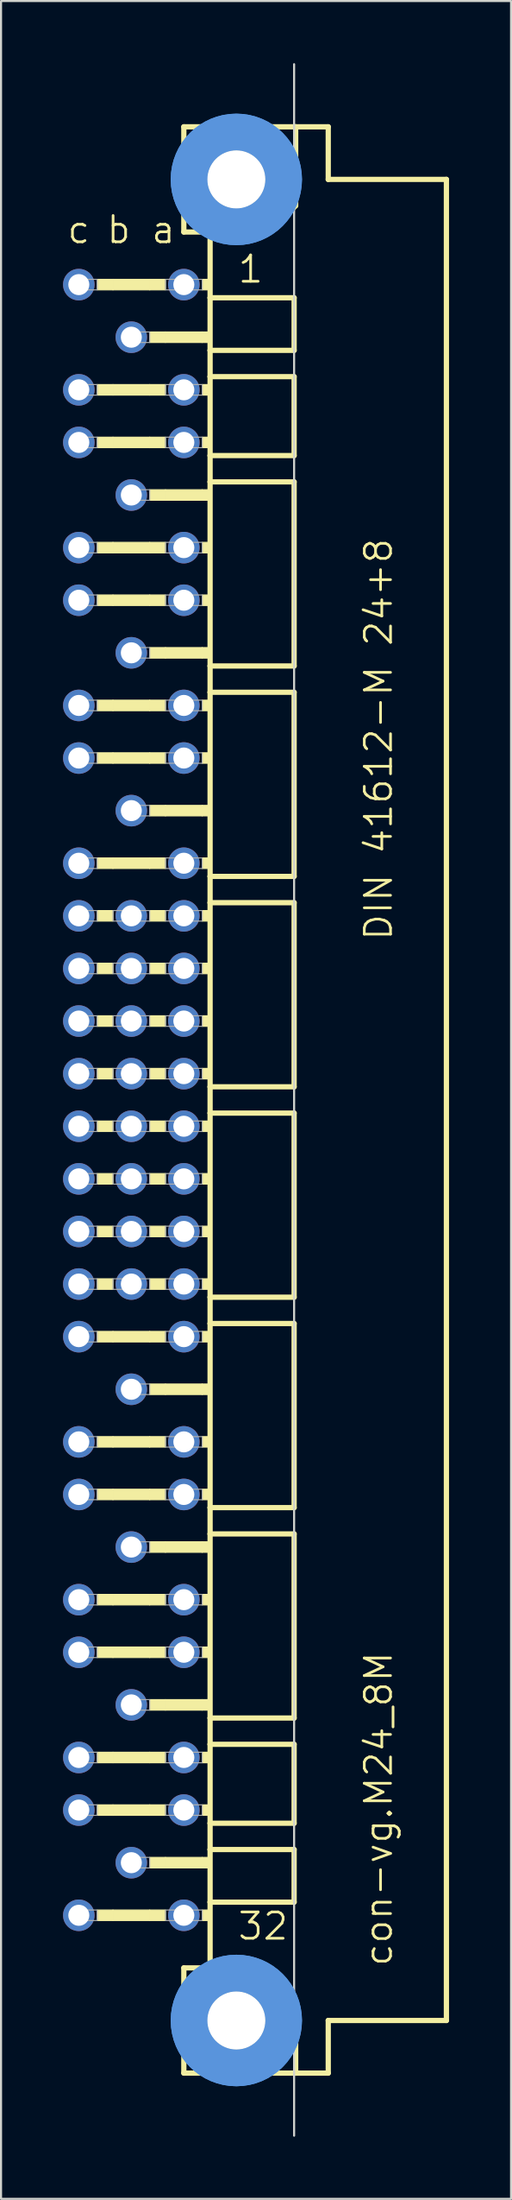
<source format=kicad_pcb>
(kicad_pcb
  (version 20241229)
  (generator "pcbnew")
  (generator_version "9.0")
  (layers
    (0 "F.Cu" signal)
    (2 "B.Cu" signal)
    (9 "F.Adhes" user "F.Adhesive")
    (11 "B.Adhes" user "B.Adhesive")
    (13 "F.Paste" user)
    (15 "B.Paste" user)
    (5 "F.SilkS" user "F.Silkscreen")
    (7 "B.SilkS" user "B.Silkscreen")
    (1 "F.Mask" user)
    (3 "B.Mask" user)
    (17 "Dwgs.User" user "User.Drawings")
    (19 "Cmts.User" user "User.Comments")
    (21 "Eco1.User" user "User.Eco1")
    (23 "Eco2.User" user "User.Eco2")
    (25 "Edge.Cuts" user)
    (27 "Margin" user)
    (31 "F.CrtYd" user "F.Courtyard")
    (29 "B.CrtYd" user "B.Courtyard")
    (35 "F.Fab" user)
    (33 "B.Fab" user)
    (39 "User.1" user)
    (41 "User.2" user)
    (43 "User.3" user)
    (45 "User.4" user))
  (footprint "con-vg.M24_8M"
    (layer "F.Cu")
    (at 8.382 50.063)
    (property "Reference" "con-vg.M24_8M" (at 7.62 41.91 90) (layer "F.SilkS") (effects (font (size 1.27 1.27) (thickness 0.13)) (justify left bottom)))
    (attr through_hole)
    (fp_line (start -2.54 -46.99) (end -2.54 -41.91) (stroke (width 0.254) (type default)) (layer "F.SilkS"))
    (fp_line (start -2.54 -41.91) (end -1.27 -41.91) (stroke (width 0.254) (type default)) (layer "F.SilkS"))
    (fp_line (start -2.54 41.91) (end -2.54 46.99) (stroke (width 0.254) (type default)) (layer "F.SilkS"))
    (fp_line (start -2.54 41.91) (end -1.27 41.91) (stroke (width 0.254) (type default)) (layer "F.SilkS"))
    (fp_line (start -2.54 46.99) (end 2.87 46.99) (stroke (width 0.254) (type default)) (layer "F.SilkS"))
    (fp_line (start -1.27 -41.91) (end -1.27 -38.735) (stroke (width 0.254) (type default)) (layer "F.SilkS"))
    (fp_line (start -1.27 -41.91) (end 1.6 -41.91) (stroke (width 0.254) (type default)) (layer "F.SilkS"))
    (fp_line (start -1.27 -38.735) (end -1.27 -36.195) (stroke (width 0.254) (type default)) (layer "F.SilkS"))
    (fp_line (start -1.27 -36.195) (end -1.27 -34.925) (stroke (width 0.254) (type default)) (layer "F.SilkS"))
    (fp_line (start -1.27 -34.925) (end -1.27 -31.115) (stroke (width 0.254) (type default)) (layer "F.SilkS"))
    (fp_line (start -1.27 -31.115) (end -1.27 -29.845) (stroke (width 0.254) (type default)) (layer "F.SilkS"))
    (fp_line (start -1.27 -29.845) (end -1.27 -20.955) (stroke (width 0.254) (type default)) (layer "F.SilkS"))
    (fp_line (start -1.27 -20.955) (end -1.27 -19.685) (stroke (width 0.254) (type default)) (layer "F.SilkS"))
    (fp_line (start -1.27 -19.685) (end -1.27 -10.795) (stroke (width 0.254) (type default)) (layer "F.SilkS"))
    (fp_line (start -1.27 -10.795) (end -1.27 -9.525) (stroke (width 0.254) (type default)) (layer "F.SilkS"))
    (fp_line (start -1.27 -9.525) (end -1.27 -0.635) (stroke (width 0.254) (type default)) (layer "F.SilkS"))
    (fp_line (start -1.27 -0.635) (end -1.27 0.635) (stroke (width 0.254) (type default)) (layer "F.SilkS"))
    (fp_line (start -1.27 0.635) (end -1.27 9.525) (stroke (width 0.254) (type default)) (layer "F.SilkS"))
    (fp_line (start -1.27 9.525) (end -1.27 10.795) (stroke (width 0.254) (type default)) (layer "F.SilkS"))
    (fp_line (start -1.27 10.795) (end -1.27 19.685) (stroke (width 0.254) (type default)) (layer "F.SilkS"))
    (fp_line (start -1.27 19.685) (end -1.27 20.955) (stroke (width 0.254) (type default)) (layer "F.SilkS"))
    (fp_line (start -1.27 20.955) (end -1.27 29.845) (stroke (width 0.254) (type default)) (layer "F.SilkS"))
    (fp_line (start -1.27 29.845) (end -1.27 31.115) (stroke (width 0.254) (type default)) (layer "F.SilkS"))
    (fp_line (start -1.27 31.115) (end -1.27 34.925) (stroke (width 0.254) (type default)) (layer "F.SilkS"))
    (fp_line (start -1.27 34.925) (end -1.27 36.195) (stroke (width 0.254) (type default)) (layer "F.SilkS"))
    (fp_line (start -1.27 36.195) (end -1.27 38.735) (stroke (width 0.254) (type default)) (layer "F.SilkS"))
    (fp_line (start -1.27 38.735) (end -1.27 41.91) (stroke (width 0.254) (type default)) (layer "F.SilkS"))
    (fp_line (start -1.27 41.91) (end 1.27 41.91) (stroke (width 0.254) (type default)) (layer "F.SilkS"))
    (fp_line (start 1.6 -41.91) (end 2.87 -43.18) (stroke (width 0.254) (type default)) (layer "F.SilkS"))
    (fp_line (start 2.794 -38.735) (end -1.27 -38.735) (stroke (width 0.254) (type default)) (layer "F.SilkS"))
    (fp_line (start 2.794 -38.735) (end 2.794 -36.195) (stroke (width 0.254) (type default)) (layer "F.SilkS"))
    (fp_line (start 2.794 -36.195) (end -1.27 -36.195) (stroke (width 0.254) (type default)) (layer "F.SilkS"))
    (fp_line (start 2.794 -34.925) (end -1.27 -34.925) (stroke (width 0.254) (type default)) (layer "F.SilkS"))
    (fp_line (start 2.794 -34.925) (end 2.794 -31.115) (stroke (width 0.254) (type default)) (layer "F.SilkS"))
    (fp_line (start 2.794 -31.115) (end -1.27 -31.115) (stroke (width 0.254) (type default)) (layer "F.SilkS"))
    (fp_line (start 2.794 -29.845) (end -1.27 -29.845) (stroke (width 0.254) (type default)) (layer "F.SilkS"))
    (fp_line (start 2.794 -29.845) (end 2.794 -20.955) (stroke (width 0.254) (type default)) (layer "F.SilkS"))
    (fp_line (start 2.794 -20.955) (end -1.27 -20.955) (stroke (width 0.254) (type default)) (layer "F.SilkS"))
    (fp_line (start 2.794 -19.685) (end -1.27 -19.685) (stroke (width 0.254) (type default)) (layer "F.SilkS"))
    (fp_line (start 2.794 -19.685) (end 2.794 -10.795) (stroke (width 0.254) (type default)) (layer "F.SilkS"))
    (fp_line (start 2.794 -10.795) (end -1.27 -10.795) (stroke (width 0.254) (type default)) (layer "F.SilkS"))
    (fp_line (start 2.794 -9.525) (end -1.27 -9.525) (stroke (width 0.254) (type default)) (layer "F.SilkS"))
    (fp_line (start 2.794 -9.525) (end 2.794 -0.635) (stroke (width 0.254) (type default)) (layer "F.SilkS"))
    (fp_line (start 2.794 -0.635) (end -1.27 -0.635) (stroke (width 0.254) (type default)) (layer "F.SilkS"))
    (fp_line (start 2.794 0.635) (end -1.27 0.635) (stroke (width 0.254) (type default)) (layer "F.SilkS"))
    (fp_line (start 2.794 0.635) (end 2.794 9.525) (stroke (width 0.254) (type default)) (layer "F.SilkS"))
    (fp_line (start 2.794 9.525) (end -1.27 9.525) (stroke (width 0.254) (type default)) (layer "F.SilkS"))
    (fp_line (start 2.794 10.795) (end -1.27 10.795) (stroke (width 0.254) (type default)) (layer "F.SilkS"))
    (fp_line (start 2.794 10.795) (end 2.794 19.685) (stroke (width 0.254) (type default)) (layer "F.SilkS"))
    (fp_line (start 2.794 19.685) (end -1.27 19.685) (stroke (width 0.254) (type default)) (layer "F.SilkS"))
    (fp_line (start 2.794 20.955) (end -1.27 20.955) (stroke (width 0.254) (type default)) (layer "F.SilkS"))
    (fp_line (start 2.794 20.955) (end 2.794 29.845) (stroke (width 0.254) (type default)) (layer "F.SilkS"))
    (fp_line (start 2.794 29.845) (end -1.27 29.845) (stroke (width 0.254) (type default)) (layer "F.SilkS"))
    (fp_line (start 2.794 31.115) (end -1.27 31.115) (stroke (width 0.254) (type default)) (layer "F.SilkS"))
    (fp_line (start 2.794 31.115) (end 2.794 34.925) (stroke (width 0.254) (type default)) (layer "F.SilkS"))
    (fp_line (start 2.794 34.925) (end -1.27 34.925) (stroke (width 0.254) (type default)) (layer "F.SilkS"))
    (fp_line (start 2.794 36.195) (end -1.27 36.195) (stroke (width 0.254) (type default)) (layer "F.SilkS"))
    (fp_line (start 2.794 36.195) (end 2.794 38.735) (stroke (width 0.254) (type default)) (layer "F.SilkS"))
    (fp_line (start 2.794 38.735) (end -1.27 38.735) (stroke (width 0.254) (type default)) (layer "F.SilkS"))
    (fp_line (start 2.87 -46.99) (end -2.54 -46.99) (stroke (width 0.254) (type default)) (layer "F.SilkS"))
    (fp_line (start 2.87 -43.18) (end 2.87 -46.99) (stroke (width 0.254) (type default)) (layer "F.SilkS"))
    (fp_line (start 2.87 43.51) (end 1.27 41.91) (stroke (width 0.254) (type default)) (layer "F.SilkS"))
    (fp_line (start 2.87 43.51) (end 2.87 46.99) (stroke (width 0.254) (type default)) (layer "F.SilkS"))
    (fp_line (start 2.87 46.99) (end 4.445 46.99) (stroke (width 0.254) (type default)) (layer "F.SilkS"))
    (fp_line (start 4.445 -46.99) (end 2.87 -46.99) (stroke (width 0.254) (type default)) (layer "F.SilkS"))
    (fp_line (start 4.445 -44.45) (end 4.445 -46.99) (stroke (width 0.254) (type default)) (layer "F.SilkS"))
    (fp_line (start 4.445 44.45) (end 10.16 44.45) (stroke (width 0.254) (type default)) (layer "F.SilkS"))
    (fp_line (start 4.445 46.99) (end 4.445 44.45) (stroke (width 0.254) (type default)) (layer "F.SilkS"))
    (fp_line (start 10.16 -44.45) (end 4.445 -44.45) (stroke (width 0.254) (type default)) (layer "F.SilkS"))
    (fp_line (start 10.16 44.45) (end 10.16 -44.45) (stroke (width 0.254) (type default)) (layer "F.SilkS"))
    (fp_rect (start -6.731 -39.116) (end -5.969 -39.624) (stroke (width 0.05) (type default)) (fill yes) (layer "F.SilkS"))
    (fp_rect (start -6.731 -34.036) (end -5.969 -34.544) (stroke (width 0.05) (type default)) (fill yes) (layer "F.SilkS"))
    (fp_rect (start -6.731 -31.496) (end -5.969 -32.004) (stroke (width 0.05) (type default)) (fill yes) (layer "F.SilkS"))
    (fp_rect (start -6.731 -26.416) (end -5.969 -26.924) (stroke (width 0.05) (type default)) (fill yes) (layer "F.SilkS"))
    (fp_rect (start -6.731 -23.876) (end -5.969 -24.384) (stroke (width 0.05) (type default)) (fill yes) (layer "F.SilkS"))
    (fp_rect (start -6.731 -18.796) (end -5.969 -19.304) (stroke (width 0.05) (type default)) (fill yes) (layer "F.SilkS"))
    (fp_rect (start -6.731 -16.256) (end -5.969 -16.764) (stroke (width 0.05) (type default)) (fill yes) (layer "F.SilkS"))
    (fp_rect (start -6.731 -11.176) (end -5.969 -11.684) (stroke (width 0.05) (type default)) (fill yes) (layer "F.SilkS"))
    (fp_rect (start -6.731 -8.636) (end -5.969 -9.144) (stroke (width 0.05) (type default)) (fill yes) (layer "F.SilkS"))
    (fp_rect (start -6.731 -6.096) (end -5.969 -6.604) (stroke (width 0.05) (type default)) (fill yes) (layer "F.SilkS"))
    (fp_rect (start -6.731 -3.556) (end -5.969 -4.064) (stroke (width 0.05) (type default)) (fill yes) (layer "F.SilkS"))
    (fp_rect (start -6.731 -1.016) (end -5.969 -1.524) (stroke (width 0.05) (type default)) (fill yes) (layer "F.SilkS"))
    (fp_rect (start -6.731 1.524) (end -5.969 1.016) (stroke (width 0.05) (type default)) (fill yes) (layer "F.SilkS"))
    (fp_rect (start -6.731 4.064) (end -5.969 3.556) (stroke (width 0.05) (type default)) (fill yes) (layer "F.SilkS"))
    (fp_rect (start -6.731 6.604) (end -5.969 6.096) (stroke (width 0.05) (type default)) (fill yes) (layer "F.SilkS"))
    (fp_rect (start -6.731 9.144) (end -5.969 8.636) (stroke (width 0.05) (type default)) (fill yes) (layer "F.SilkS"))
    (fp_rect (start -6.731 11.684) (end -5.969 11.176) (stroke (width 0.05) (type default)) (fill yes) (layer "F.SilkS"))
    (fp_rect (start -6.731 16.764) (end -5.969 16.256) (stroke (width 0.05) (type default)) (fill yes) (layer "F.SilkS"))
    (fp_rect (start -6.731 19.304) (end -5.969 18.796) (stroke (width 0.05) (type default)) (fill yes) (layer "F.SilkS"))
    (fp_rect (start -6.731 24.384) (end -5.969 23.876) (stroke (width 0.05) (type default)) (fill yes) (layer "F.SilkS"))
    (fp_rect (start -6.731 26.924) (end -5.969 26.416) (stroke (width 0.05) (type default)) (fill yes) (layer "F.SilkS"))
    (fp_rect (start -6.731 32.004) (end -5.969 31.496) (stroke (width 0.05) (type default)) (fill yes) (layer "F.SilkS"))
    (fp_rect (start -6.731 34.544) (end -5.969 34.036) (stroke (width 0.05) (type default)) (fill yes) (layer "F.SilkS"))
    (fp_rect (start -6.731 39.624) (end -5.969 39.116) (stroke (width 0.05) (type default)) (fill yes) (layer "F.SilkS"))
    (fp_rect (start -5.969 -39.116) (end -4.191 -39.624) (stroke (width 0.05) (type default)) (fill yes) (layer "F.SilkS"))
    (fp_rect (start -5.969 -34.036) (end -4.191 -34.544) (stroke (width 0.05) (type default)) (fill yes) (layer "F.SilkS"))
    (fp_rect (start -5.969 -31.496) (end -4.191 -32.004) (stroke (width 0.05) (type default)) (fill yes) (layer "F.SilkS"))
    (fp_rect (start -5.969 -26.416) (end -4.191 -26.924) (stroke (width 0.05) (type default)) (fill yes) (layer "F.SilkS"))
    (fp_rect (start -5.969 -23.876) (end -4.191 -24.384) (stroke (width 0.05) (type default)) (fill yes) (layer "F.SilkS"))
    (fp_rect (start -5.969 -18.796) (end -4.191 -19.304) (stroke (width 0.05) (type default)) (fill yes) (layer "F.SilkS"))
    (fp_rect (start -5.969 -16.256) (end -4.191 -16.764) (stroke (width 0.05) (type default)) (fill yes) (layer "F.SilkS"))
    (fp_rect (start -5.969 -11.176) (end -4.191 -11.684) (stroke (width 0.05) (type default)) (fill yes) (layer "F.SilkS"))
    (fp_rect (start -5.969 11.684) (end -4.191 11.176) (stroke (width 0.05) (type default)) (fill yes) (layer "F.SilkS"))
    (fp_rect (start -5.969 16.764) (end -4.191 16.256) (stroke (width 0.05) (type default)) (fill yes) (layer "F.SilkS"))
    (fp_rect (start -5.969 19.304) (end -4.191 18.796) (stroke (width 0.05) (type default)) (fill yes) (layer "F.SilkS"))
    (fp_rect (start -5.969 24.384) (end -4.191 23.876) (stroke (width 0.05) (type default)) (fill yes) (layer "F.SilkS"))
    (fp_rect (start -5.969 26.924) (end -4.191 26.416) (stroke (width 0.05) (type default)) (fill yes) (layer "F.SilkS"))
    (fp_rect (start -5.969 32.004) (end -4.191 31.496) (stroke (width 0.05) (type default)) (fill yes) (layer "F.SilkS"))
    (fp_rect (start -5.969 34.544) (end -4.191 34.036) (stroke (width 0.05) (type default)) (fill yes) (layer "F.SilkS"))
    (fp_rect (start -5.969 39.624) (end -4.191 39.116) (stroke (width 0.05) (type default)) (fill yes) (layer "F.SilkS"))
    (fp_rect (start -4.191 -39.116) (end -3.429 -39.624) (stroke (width 0.05) (type default)) (fill yes) (layer "F.SilkS"))
    (fp_rect (start -4.191 -36.576) (end -3.429 -37.084) (stroke (width 0.05) (type default)) (fill yes) (layer "F.SilkS"))
    (fp_rect (start -4.191 -34.036) (end -3.429 -34.544) (stroke (width 0.05) (type default)) (fill yes) (layer "F.SilkS"))
    (fp_rect (start -4.191 -31.496) (end -3.429 -32.004) (stroke (width 0.05) (type default)) (fill yes) (layer "F.SilkS"))
    (fp_rect (start -4.191 -28.956) (end -3.429 -29.464) (stroke (width 0.05) (type default)) (fill yes) (layer "F.SilkS"))
    (fp_rect (start -4.191 -26.416) (end -3.429 -26.924) (stroke (width 0.05) (type default)) (fill yes) (layer "F.SilkS"))
    (fp_rect (start -4.191 -23.876) (end -3.429 -24.384) (stroke (width 0.05) (type default)) (fill yes) (layer "F.SilkS"))
    (fp_rect (start -4.191 -21.336) (end -3.429 -21.844) (stroke (width 0.05) (type default)) (fill yes) (layer "F.SilkS"))
    (fp_rect (start -4.191 -18.796) (end -3.429 -19.304) (stroke (width 0.05) (type default)) (fill yes) (layer "F.SilkS"))
    (fp_rect (start -4.191 -16.256) (end -3.429 -16.764) (stroke (width 0.05) (type default)) (fill yes) (layer "F.SilkS"))
    (fp_rect (start -4.191 -13.716) (end -3.429 -14.224) (stroke (width 0.05) (type default)) (fill yes) (layer "F.SilkS"))
    (fp_rect (start -4.191 -11.176) (end -3.429 -11.684) (stroke (width 0.05) (type default)) (fill yes) (layer "F.SilkS"))
    (fp_rect (start -4.191 -8.636) (end -3.429 -9.144) (stroke (width 0.05) (type default)) (fill yes) (layer "F.SilkS"))
    (fp_rect (start -4.191 -6.096) (end -3.429 -6.604) (stroke (width 0.05) (type default)) (fill yes) (layer "F.SilkS"))
    (fp_rect (start -4.191 -3.556) (end -3.429 -4.064) (stroke (width 0.05) (type default)) (fill yes) (layer "F.SilkS"))
    (fp_rect (start -4.191 -1.016) (end -3.429 -1.524) (stroke (width 0.05) (type default)) (fill yes) (layer "F.SilkS"))
    (fp_rect (start -4.191 1.524) (end -3.429 1.016) (stroke (width 0.05) (type default)) (fill yes) (layer "F.SilkS"))
    (fp_rect (start -4.191 4.064) (end -3.429 3.556) (stroke (width 0.05) (type default)) (fill yes) (layer "F.SilkS"))
    (fp_rect (start -4.191 6.604) (end -3.429 6.096) (stroke (width 0.05) (type default)) (fill yes) (layer "F.SilkS"))
    (fp_rect (start -4.191 9.144) (end -3.429 8.636) (stroke (width 0.05) (type default)) (fill yes) (layer "F.SilkS"))
    (fp_rect (start -4.191 11.684) (end -3.429 11.176) (stroke (width 0.05) (type default)) (fill yes) (layer "F.SilkS"))
    (fp_rect (start -4.191 14.224) (end -3.429 13.716) (stroke (width 0.05) (type default)) (fill yes) (layer "F.SilkS"))
    (fp_rect (start -4.191 16.764) (end -3.429 16.256) (stroke (width 0.05) (type default)) (fill yes) (layer "F.SilkS"))
    (fp_rect (start -4.191 19.304) (end -3.429 18.796) (stroke (width 0.05) (type default)) (fill yes) (layer "F.SilkS"))
    (fp_rect (start -4.191 21.844) (end -3.429 21.336) (stroke (width 0.05) (type default)) (fill yes) (layer "F.SilkS"))
    (fp_rect (start -4.191 24.384) (end -3.429 23.876) (stroke (width 0.05) (type default)) (fill yes) (layer "F.SilkS"))
    (fp_rect (start -4.191 26.924) (end -3.429 26.416) (stroke (width 0.05) (type default)) (fill yes) (layer "F.SilkS"))
    (fp_rect (start -4.191 29.464) (end -3.429 28.956) (stroke (width 0.05) (type default)) (fill yes) (layer "F.SilkS"))
    (fp_rect (start -4.191 32.004) (end -3.429 31.496) (stroke (width 0.05) (type default)) (fill yes) (layer "F.SilkS"))
    (fp_rect (start -4.191 34.544) (end -3.429 34.036) (stroke (width 0.05) (type default)) (fill yes) (layer "F.SilkS"))
    (fp_rect (start -4.191 37.084) (end -3.429 36.576) (stroke (width 0.05) (type default)) (fill yes) (layer "F.SilkS"))
    (fp_rect (start -4.191 39.624) (end -3.429 39.116) (stroke (width 0.05) (type default)) (fill yes) (layer "F.SilkS"))
    (fp_rect (start -3.429 -36.576) (end -1.651 -37.084) (stroke (width 0.05) (type default)) (fill yes) (layer "F.SilkS"))
    (fp_rect (start -3.429 -28.956) (end -1.651 -29.464) (stroke (width 0.05) (type default)) (fill yes) (layer "F.SilkS"))
    (fp_rect (start -3.429 -21.336) (end -1.651 -21.844) (stroke (width 0.05) (type default)) (fill yes) (layer "F.SilkS"))
    (fp_rect (start -3.429 -13.716) (end -1.651 -14.224) (stroke (width 0.05) (type default)) (fill yes) (layer "F.SilkS"))
    (fp_rect (start -3.429 14.224) (end -1.651 13.716) (stroke (width 0.05) (type default)) (fill yes) (layer "F.SilkS"))
    (fp_rect (start -3.429 21.844) (end -1.651 21.336) (stroke (width 0.05) (type default)) (fill yes) (layer "F.SilkS"))
    (fp_rect (start -3.429 29.464) (end -1.651 28.956) (stroke (width 0.05) (type default)) (fill yes) (layer "F.SilkS"))
    (fp_rect (start -3.429 37.084) (end -1.651 36.576) (stroke (width 0.05) (type default)) (fill yes) (layer "F.SilkS"))
    (fp_rect (start -1.651 -39.116) (end -1.27 -39.624) (stroke (width 0.05) (type default)) (fill yes) (layer "F.SilkS"))
    (fp_rect (start -1.651 -36.576) (end -1.27 -37.084) (stroke (width 0.05) (type default)) (fill yes) (layer "F.SilkS"))
    (fp_rect (start -1.651 -34.036) (end -1.27 -34.544) (stroke (width 0.05) (type default)) (fill yes) (layer "F.SilkS"))
    (fp_rect (start -1.651 -31.496) (end -1.27 -32.004) (stroke (width 0.05) (type default)) (fill yes) (layer "F.SilkS"))
    (fp_rect (start -1.651 -28.956) (end -1.27 -29.464) (stroke (width 0.05) (type default)) (fill yes) (layer "F.SilkS"))
    (fp_rect (start -1.651 -26.416) (end -1.27 -26.924) (stroke (width 0.05) (type default)) (fill yes) (layer "F.SilkS"))
    (fp_rect (start -1.651 -23.876) (end -1.27 -24.384) (stroke (width 0.05) (type default)) (fill yes) (layer "F.SilkS"))
    (fp_rect (start -1.651 -21.336) (end -1.27 -21.844) (stroke (width 0.05) (type default)) (fill yes) (layer "F.SilkS"))
    (fp_rect (start -1.651 -18.796) (end -1.27 -19.304) (stroke (width 0.05) (type default)) (fill yes) (layer "F.SilkS"))
    (fp_rect (start -1.651 -16.256) (end -1.27 -16.764) (stroke (width 0.05) (type default)) (fill yes) (layer "F.SilkS"))
    (fp_rect (start -1.651 -13.716) (end -1.27 -14.224) (stroke (width 0.05) (type default)) (fill yes) (layer "F.SilkS"))
    (fp_rect (start -1.651 -11.176) (end -1.27 -11.684) (stroke (width 0.05) (type default)) (fill yes) (layer "F.SilkS"))
    (fp_rect (start -1.651 -8.636) (end -1.27 -9.144) (stroke (width 0.05) (type default)) (fill yes) (layer "F.SilkS"))
    (fp_rect (start -1.651 -6.096) (end -1.27 -6.604) (stroke (width 0.05) (type default)) (fill yes) (layer "F.SilkS"))
    (fp_rect (start -1.651 -3.556) (end -1.27 -4.064) (stroke (width 0.05) (type default)) (fill yes) (layer "F.SilkS"))
    (fp_rect (start -1.651 -1.016) (end -1.27 -1.524) (stroke (width 0.05) (type default)) (fill yes) (layer "F.SilkS"))
    (fp_rect (start -1.651 1.524) (end -1.27 1.016) (stroke (width 0.05) (type default)) (fill yes) (layer "F.SilkS"))
    (fp_rect (start -1.651 4.064) (end -1.27 3.556) (stroke (width 0.05) (type default)) (fill yes) (layer "F.SilkS"))
    (fp_rect (start -1.651 6.604) (end -1.27 6.096) (stroke (width 0.05) (type default)) (fill yes) (layer "F.SilkS"))
    (fp_rect (start -1.651 9.144) (end -1.27 8.636) (stroke (width 0.05) (type default)) (fill yes) (layer "F.SilkS"))
    (fp_rect (start -1.651 11.684) (end -1.27 11.176) (stroke (width 0.05) (type default)) (fill yes) (layer "F.SilkS"))
    (fp_rect (start -1.651 14.224) (end -1.27 13.716) (stroke (width 0.05) (type default)) (fill yes) (layer "F.SilkS"))
    (fp_rect (start -1.651 16.764) (end -1.27 16.256) (stroke (width 0.05) (type default)) (fill yes) (layer "F.SilkS"))
    (fp_rect (start -1.651 19.304) (end -1.27 18.796) (stroke (width 0.05) (type default)) (fill yes) (layer "F.SilkS"))
    (fp_rect (start -1.651 21.844) (end -1.27 21.336) (stroke (width 0.05) (type default)) (fill yes) (layer "F.SilkS"))
    (fp_rect (start -1.651 24.384) (end -1.27 23.876) (stroke (width 0.05) (type default)) (fill yes) (layer "F.SilkS"))
    (fp_rect (start -1.651 26.924) (end -1.27 26.416) (stroke (width 0.05) (type default)) (fill yes) (layer "F.SilkS"))
    (fp_rect (start -1.651 29.464) (end -1.27 28.956) (stroke (width 0.05) (type default)) (fill yes) (layer "F.SilkS"))
    (fp_rect (start -1.651 32.004) (end -1.27 31.496) (stroke (width 0.05) (type default)) (fill yes) (layer "F.SilkS"))
    (fp_rect (start -1.651 34.544) (end -1.27 34.036) (stroke (width 0.05) (type default)) (fill yes) (layer "F.SilkS"))
    (fp_rect (start -1.651 37.084) (end -1.27 36.576) (stroke (width 0.05) (type default)) (fill yes) (layer "F.SilkS"))
    (fp_rect (start -1.651 39.624) (end -1.27 39.116) (stroke (width 0.05) (type default)) (fill yes) (layer "F.SilkS"))
    (fp_circle (center 0 -44.45) (end 1.27 -44.45) (stroke (width 0.254) (type default)) (fill no) (layer "F.SilkS"))
    (fp_circle (center 0 44.45) (end 1.27 44.45) (stroke (width 0.254) (type default)) (fill no) (layer "F.SilkS"))
    (fp_circle (center 0 -44.45) (end 2.286 -44.45) (stroke (width 1.778) (type default)) (fill no) (layer "Cmts.User"))
    (fp_circle (center 0 -44.45) (end 2.286 -44.45) (stroke (width 1.778) (type default)) (fill no) (layer "Cmts.User"))
    (fp_circle (center 0 44.45) (end 2.286 44.45) (stroke (width 1.778) (type default)) (fill no) (layer "Cmts.User"))
    (fp_circle (center 0 44.45) (end 2.286 44.45) (stroke (width 1.778) (type default)) (fill no) (layer "Cmts.User"))
    (fp_line (start 2.794 50.013) (end 2.794 -50.013) (stroke (width 0.1) (type default)) (layer "Edge.Cuts"))
    (fp_rect (start -7.874 -39.116) (end -6.731 -39.624) (stroke (width 0.05) (type default)) (fill no) (layer "F.Fab"))
    (fp_rect (start -7.874 -34.036) (end -6.731 -34.544) (stroke (width 0.05) (type default)) (fill no) (layer "F.Fab"))
    (fp_rect (start -7.874 -31.496) (end -6.731 -32.004) (stroke (width 0.05) (type default)) (fill no) (layer "F.Fab"))
    (fp_rect (start -7.874 -26.416) (end -6.731 -26.924) (stroke (width 0.05) (type default)) (fill no) (layer "F.Fab"))
    (fp_rect (start -7.874 -23.876) (end -6.731 -24.384) (stroke (width 0.05) (type default)) (fill no) (layer "F.Fab"))
    (fp_rect (start -7.874 -18.796) (end -6.731 -19.304) (stroke (width 0.05) (type default)) (fill no) (layer "F.Fab"))
    (fp_rect (start -7.874 -16.256) (end -6.731 -16.764) (stroke (width 0.05) (type default)) (fill no) (layer "F.Fab"))
    (fp_rect (start -7.874 -11.176) (end -6.731 -11.684) (stroke (width 0.05) (type default)) (fill no) (layer "F.Fab"))
    (fp_rect (start -7.874 -8.636) (end -6.731 -9.144) (stroke (width 0.05) (type default)) (fill no) (layer "F.Fab"))
    (fp_rect (start -7.874 -6.096) (end -6.731 -6.604) (stroke (width 0.05) (type default)) (fill no) (layer "F.Fab"))
    (fp_rect (start -7.874 -3.556) (end -6.731 -4.064) (stroke (width 0.05) (type default)) (fill no) (layer "F.Fab"))
    (fp_rect (start -7.874 -1.016) (end -6.731 -1.524) (stroke (width 0.05) (type default)) (fill no) (layer "F.Fab"))
    (fp_rect (start -7.874 1.524) (end -6.731 1.016) (stroke (width 0.05) (type default)) (fill no) (layer "F.Fab"))
    (fp_rect (start -7.874 4.064) (end -6.731 3.556) (stroke (width 0.05) (type default)) (fill no) (layer "F.Fab"))
    (fp_rect (start -7.874 6.604) (end -6.731 6.096) (stroke (width 0.05) (type default)) (fill no) (layer "F.Fab"))
    (fp_rect (start -7.874 9.144) (end -6.731 8.636) (stroke (width 0.05) (type default)) (fill no) (layer "F.Fab"))
    (fp_rect (start -7.874 11.684) (end -6.731 11.176) (stroke (width 0.05) (type default)) (fill no) (layer "F.Fab"))
    (fp_rect (start -7.874 16.764) (end -6.731 16.256) (stroke (width 0.05) (type default)) (fill no) (layer "F.Fab"))
    (fp_rect (start -7.874 19.304) (end -6.731 18.796) (stroke (width 0.05) (type default)) (fill no) (layer "F.Fab"))
    (fp_rect (start -7.874 24.384) (end -6.731 23.876) (stroke (width 0.05) (type default)) (fill no) (layer "F.Fab"))
    (fp_rect (start -7.874 26.924) (end -6.731 26.416) (stroke (width 0.05) (type default)) (fill no) (layer "F.Fab"))
    (fp_rect (start -7.874 32.004) (end -6.731 31.496) (stroke (width 0.05) (type default)) (fill no) (layer "F.Fab"))
    (fp_rect (start -7.874 34.544) (end -6.731 34.036) (stroke (width 0.05) (type default)) (fill no) (layer "F.Fab"))
    (fp_rect (start -7.874 39.624) (end -6.731 39.116) (stroke (width 0.05) (type default)) (fill no) (layer "F.Fab"))
    (fp_rect (start -5.969 -8.636) (end -4.191 -9.144) (stroke (width 0.05) (type default)) (fill no) (layer "F.Fab"))
    (fp_rect (start -5.969 -6.096) (end -4.191 -6.604) (stroke (width 0.05) (type default)) (fill no) (layer "F.Fab"))
    (fp_rect (start -5.969 -3.556) (end -4.191 -4.064) (stroke (width 0.05) (type default)) (fill no) (layer "F.Fab"))
    (fp_rect (start -5.969 -1.016) (end -4.191 -1.524) (stroke (width 0.05) (type default)) (fill no) (layer "F.Fab"))
    (fp_rect (start -5.969 1.524) (end -4.191 1.016) (stroke (width 0.05) (type default)) (fill no) (layer "F.Fab"))
    (fp_rect (start -5.969 4.064) (end -4.191 3.556) (stroke (width 0.05) (type default)) (fill no) (layer "F.Fab"))
    (fp_rect (start -5.969 6.604) (end -4.191 6.096) (stroke (width 0.05) (type default)) (fill no) (layer "F.Fab"))
    (fp_rect (start -5.969 9.144) (end -4.191 8.636) (stroke (width 0.05) (type default)) (fill no) (layer "F.Fab"))
    (fp_rect (start -5.334 -36.576) (end -4.191 -37.084) (stroke (width 0.05) (type default)) (fill no) (layer "F.Fab"))
    (fp_rect (start -5.334 -28.956) (end -4.191 -29.464) (stroke (width 0.05) (type default)) (fill no) (layer "F.Fab"))
    (fp_rect (start -5.334 -21.336) (end -4.191 -21.844) (stroke (width 0.05) (type default)) (fill no) (layer "F.Fab"))
    (fp_rect (start -5.334 -13.716) (end -4.191 -14.224) (stroke (width 0.05) (type default)) (fill no) (layer "F.Fab"))
    (fp_rect (start -5.334 14.224) (end -4.191 13.716) (stroke (width 0.05) (type default)) (fill no) (layer "F.Fab"))
    (fp_rect (start -5.334 21.844) (end -4.191 21.336) (stroke (width 0.05) (type default)) (fill no) (layer "F.Fab"))
    (fp_rect (start -5.334 29.464) (end -4.191 28.956) (stroke (width 0.05) (type default)) (fill no) (layer "F.Fab"))
    (fp_rect (start -5.334 37.084) (end -4.191 36.576) (stroke (width 0.05) (type default)) (fill no) (layer "F.Fab"))
    (fp_rect (start -3.429 -39.116) (end -1.651 -39.624) (stroke (width 0.05) (type default)) (fill no) (layer "F.Fab"))
    (fp_rect (start -3.429 -34.036) (end -1.651 -34.544) (stroke (width 0.05) (type default)) (fill no) (layer "F.Fab"))
    (fp_rect (start -3.429 -31.496) (end -1.651 -32.004) (stroke (width 0.05) (type default)) (fill no) (layer "F.Fab"))
    (fp_rect (start -3.429 -26.416) (end -1.651 -26.924) (stroke (width 0.05) (type default)) (fill no) (layer "F.Fab"))
    (fp_rect (start -3.429 -23.876) (end -1.651 -24.384) (stroke (width 0.05) (type default)) (fill no) (layer "F.Fab"))
    (fp_rect (start -3.429 -18.796) (end -1.651 -19.304) (stroke (width 0.05) (type default)) (fill no) (layer "F.Fab"))
    (fp_rect (start -3.429 -16.256) (end -1.651 -16.764) (stroke (width 0.05) (type default)) (fill no) (layer "F.Fab"))
    (fp_rect (start -3.429 -11.176) (end -1.651 -11.684) (stroke (width 0.05) (type default)) (fill no) (layer "F.Fab"))
    (fp_rect (start -3.429 -8.636) (end -1.651 -9.144) (stroke (width 0.05) (type default)) (fill no) (layer "F.Fab"))
    (fp_rect (start -3.429 -6.096) (end -1.651 -6.604) (stroke (width 0.05) (type default)) (fill no) (layer "F.Fab"))
    (fp_rect (start -3.429 -3.556) (end -1.651 -4.064) (stroke (width 0.05) (type default)) (fill no) (layer "F.Fab"))
    (fp_rect (start -3.429 -1.016) (end -1.651 -1.524) (stroke (width 0.05) (type default)) (fill no) (layer "F.Fab"))
    (fp_rect (start -3.429 1.524) (end -1.651 1.016) (stroke (width 0.05) (type default)) (fill no) (layer "F.Fab"))
    (fp_rect (start -3.429 4.064) (end -1.651 3.556) (stroke (width 0.05) (type default)) (fill no) (layer "F.Fab"))
    (fp_rect (start -3.429 6.604) (end -1.651 6.096) (stroke (width 0.05) (type default)) (fill no) (layer "F.Fab"))
    (fp_rect (start -3.429 9.144) (end -1.651 8.636) (stroke (width 0.05) (type default)) (fill no) (layer "F.Fab"))
    (fp_rect (start -3.429 11.684) (end -1.651 11.176) (stroke (width 0.05) (type default)) (fill no) (layer "F.Fab"))
    (fp_rect (start -3.429 16.764) (end -1.651 16.256) (stroke (width 0.05) (type default)) (fill no) (layer "F.Fab"))
    (fp_rect (start -3.429 19.304) (end -1.651 18.796) (stroke (width 0.05) (type default)) (fill no) (layer "F.Fab"))
    (fp_rect (start -3.429 24.384) (end -1.651 23.876) (stroke (width 0.05) (type default)) (fill no) (layer "F.Fab"))
    (fp_rect (start -3.429 26.924) (end -1.651 26.416) (stroke (width 0.05) (type default)) (fill no) (layer "F.Fab"))
    (fp_rect (start -3.429 32.004) (end -1.651 31.496) (stroke (width 0.05) (type default)) (fill no) (layer "F.Fab"))
    (fp_rect (start -3.429 34.544) (end -1.651 34.036) (stroke (width 0.05) (type default)) (fill no) (layer "F.Fab"))
    (fp_rect (start -3.429 39.624) (end -1.651 39.116) (stroke (width 0.05) (type default)) (fill no) (layer "F.Fab"))
    (fp_text user "DIN 41612-M 24+8" (at 7.62 -7.62 90) (layer "F.SilkS") (effects (font (size 1.27 1.27) (thickness 0.13)) (justify left bottom)))
    (fp_text user "1" (at 0 -39.37 0) (layer "F.SilkS") (effects (font (size 1.27 1.27) (thickness 0.13)) (justify left bottom)))
    (fp_text user "c" (at -8.255 -41.275 0) (layer "F.SilkS") (effects (font (size 1.27 1.27) (thickness 0.13)) (justify left bottom)))
    (fp_text user "b" (at -6.35 -41.275 0) (layer "F.SilkS") (effects (font (size 1.27 1.27) (thickness 0.13)) (justify left bottom)))
    (fp_text user "a" (at -4.191 -41.275 0) (layer "F.SilkS") (effects (font (size 1.27 1.27) (thickness 0.13)) (justify left bottom)))
    (fp_text user "32" (at 0 40.64 0) (layer "F.SilkS") (effects (font (size 1.27 1.27) (thickness 0.13)) (justify left bottom)))
    (pad "" np_thru_hole circle (at 0 -44.45) (size 2.8 2.8) (drill 2.8) (layers "*.Cu" "*.Mask"))
    (pad "" np_thru_hole circle (at 0 44.45) (size 2.8 2.8) (drill 2.8) (layers "*.Cu" "*.Mask"))
    (pad "A1" thru_hole circle (at -2.54 -39.37) (size 1.524 1.524) (drill 1.016) (layers "*.Cu" "*.Mask"))
    (pad "A3" thru_hole circle (at -2.54 -34.29) (size 1.524 1.524) (drill 1.016) (layers "*.Cu" "*.Mask"))
    (pad "A4" thru_hole circle (at -2.54 -31.75) (size 1.524 1.524) (drill 1.016) (layers "*.Cu" "*.Mask"))
    (pad "A6" thru_hole circle (at -2.54 -26.67) (size 1.524 1.524) (drill 1.016) (layers "*.Cu" "*.Mask"))
    (pad "A7" thru_hole circle (at -2.54 -24.13) (size 1.524 1.524) (drill 1.016) (layers "*.Cu" "*.Mask"))
    (pad "A9" thru_hole circle (at -2.54 -19.05) (size 1.524 1.524) (drill 1.016) (layers "*.Cu" "*.Mask"))
    (pad "A10" thru_hole circle (at -2.54 -16.51) (size 1.524 1.524) (drill 1.016) (layers "*.Cu" "*.Mask"))
    (pad "A12" thru_hole circle (at -2.54 -11.43) (size 1.524 1.524) (drill 1.016) (layers "*.Cu" "*.Mask"))
    (pad "A13" thru_hole circle (at -2.54 -8.89) (size 1.524 1.524) (drill 1.016) (layers "*.Cu" "*.Mask"))
    (pad "A14" thru_hole circle (at -2.54 -6.35) (size 1.524 1.524) (drill 1.016) (layers "*.Cu" "*.Mask"))
    (pad "A15" thru_hole circle (at -2.54 -3.81) (size 1.524 1.524) (drill 1.016) (layers "*.Cu" "*.Mask"))
    (pad "A16" thru_hole circle (at -2.54 -1.27) (size 1.524 1.524) (drill 1.016) (layers "*.Cu" "*.Mask"))
    (pad "A17" thru_hole circle (at -2.54 1.27) (size 1.524 1.524) (drill 1.016) (layers "*.Cu" "*.Mask"))
    (pad "A18" thru_hole circle (at -2.54 3.81) (size 1.524 1.524) (drill 1.016) (layers "*.Cu" "*.Mask"))
    (pad "A19" thru_hole circle (at -2.54 6.35) (size 1.524 1.524) (drill 1.016) (layers "*.Cu" "*.Mask"))
    (pad "A20" thru_hole circle (at -2.54 8.89) (size 1.524 1.524) (drill 1.016) (layers "*.Cu" "*.Mask"))
    (pad "A21" thru_hole circle (at -2.54 11.43) (size 1.524 1.524) (drill 1.016) (layers "*.Cu" "*.Mask"))
    (pad "A23" thru_hole circle (at -2.54 16.51) (size 1.524 1.524) (drill 1.016) (layers "*.Cu" "*.Mask"))
    (pad "A24" thru_hole circle (at -2.54 19.05) (size 1.524 1.524) (drill 1.016) (layers "*.Cu" "*.Mask"))
    (pad "A26" thru_hole circle (at -2.54 24.13) (size 1.524 1.524) (drill 1.016) (layers "*.Cu" "*.Mask"))
    (pad "A27" thru_hole circle (at -2.54 26.67) (size 1.524 1.524) (drill 1.016) (layers "*.Cu" "*.Mask"))
    (pad "A29" thru_hole circle (at -2.54 31.75) (size 1.524 1.524) (drill 1.016) (layers "*.Cu" "*.Mask"))
    (pad "A30" thru_hole circle (at -2.54 34.29) (size 1.524 1.524) (drill 1.016) (layers "*.Cu" "*.Mask"))
    (pad "A32" thru_hole circle (at -2.54 39.37) (size 1.524 1.524) (drill 1.016) (layers "*.Cu" "*.Mask"))
    (pad "B2" thru_hole circle (at -5.08 -36.83) (size 1.524 1.524) (drill 1.016) (layers "*.Cu" "*.Mask"))
    (pad "B5" thru_hole circle (at -5.08 -29.21) (size 1.524 1.524) (drill 1.016) (layers "*.Cu" "*.Mask"))
    (pad "B8" thru_hole circle (at -5.08 -21.59) (size 1.524 1.524) (drill 1.016) (layers "*.Cu" "*.Mask"))
    (pad "B11" thru_hole circle (at -5.08 -13.97) (size 1.524 1.524) (drill 1.016) (layers "*.Cu" "*.Mask"))
    (pad "B13" thru_hole circle (at -5.08 -8.89) (size 1.524 1.524) (drill 1.016) (layers "*.Cu" "*.Mask"))
    (pad "B14" thru_hole circle (at -5.08 -6.35) (size 1.524 1.524) (drill 1.016) (layers "*.Cu" "*.Mask"))
    (pad "B15" thru_hole circle (at -5.08 -3.81) (size 1.524 1.524) (drill 1.016) (layers "*.Cu" "*.Mask"))
    (pad "B16" thru_hole circle (at -5.08 -1.27) (size 1.524 1.524) (drill 1.016) (layers "*.Cu" "*.Mask"))
    (pad "B17" thru_hole circle (at -5.08 1.27) (size 1.524 1.524) (drill 1.016) (layers "*.Cu" "*.Mask"))
    (pad "B18" thru_hole circle (at -5.08 3.81) (size 1.524 1.524) (drill 1.016) (layers "*.Cu" "*.Mask"))
    (pad "B19" thru_hole circle (at -5.08 6.35) (size 1.524 1.524) (drill 1.016) (layers "*.Cu" "*.Mask"))
    (pad "B20" thru_hole circle (at -5.08 8.89) (size 1.524 1.524) (drill 1.016) (layers "*.Cu" "*.Mask"))
    (pad "B22" thru_hole circle (at -5.08 13.97) (size 1.524 1.524) (drill 1.016) (layers "*.Cu" "*.Mask"))
    (pad "B25" thru_hole circle (at -5.08 21.59) (size 1.524 1.524) (drill 1.016) (layers "*.Cu" "*.Mask"))
    (pad "B28" thru_hole circle (at -5.08 29.21) (size 1.524 1.524) (drill 1.016) (layers "*.Cu" "*.Mask"))
    (pad "B31" thru_hole circle (at -5.08 36.83) (size 1.524 1.524) (drill 1.016) (layers "*.Cu" "*.Mask"))
    (pad "C1" thru_hole circle (at -7.62 -39.37) (size 1.524 1.524) (drill 1.016) (layers "*.Cu" "*.Mask"))
    (pad "C3" thru_hole circle (at -7.62 -34.29) (size 1.524 1.524) (drill 1.016) (layers "*.Cu" "*.Mask"))
    (pad "C4" thru_hole circle (at -7.62 -31.75) (size 1.524 1.524) (drill 1.016) (layers "*.Cu" "*.Mask"))
    (pad "C6" thru_hole circle (at -7.62 -26.67) (size 1.524 1.524) (drill 1.016) (layers "*.Cu" "*.Mask"))
    (pad "C7" thru_hole circle (at -7.62 -24.13) (size 1.524 1.524) (drill 1.016) (layers "*.Cu" "*.Mask"))
    (pad "C9" thru_hole circle (at -7.62 -19.05) (size 1.524 1.524) (drill 1.016) (layers "*.Cu" "*.Mask"))
    (pad "C10" thru_hole circle (at -7.62 -16.51) (size 1.524 1.524) (drill 1.016) (layers "*.Cu" "*.Mask"))
    (pad "C12" thru_hole circle (at -7.62 -11.43) (size 1.524 1.524) (drill 1.016) (layers "*.Cu" "*.Mask"))
    (pad "C13" thru_hole circle (at -7.62 -8.89) (size 1.524 1.524) (drill 1.016) (layers "*.Cu" "*.Mask"))
    (pad "C14" thru_hole circle (at -7.62 -6.35) (size 1.524 1.524) (drill 1.016) (layers "*.Cu" "*.Mask"))
    (pad "C15" thru_hole circle (at -7.62 -3.81) (size 1.524 1.524) (drill 1.016) (layers "*.Cu" "*.Mask"))
    (pad "C16" thru_hole circle (at -7.62 -1.27) (size 1.524 1.524) (drill 1.016) (layers "*.Cu" "*.Mask"))
    (pad "C17" thru_hole circle (at -7.62 1.27) (size 1.524 1.524) (drill 1.016) (layers "*.Cu" "*.Mask"))
    (pad "C18" thru_hole circle (at -7.62 3.81) (size 1.524 1.524) (drill 1.016) (layers "*.Cu" "*.Mask"))
    (pad "C19" thru_hole circle (at -7.62 6.35) (size 1.524 1.524) (drill 1.016) (layers "*.Cu" "*.Mask"))
    (pad "C20" thru_hole circle (at -7.62 8.89) (size 1.524 1.524) (drill 1.016) (layers "*.Cu" "*.Mask"))
    (pad "C21" thru_hole circle (at -7.62 11.43) (size 1.524 1.524) (drill 1.016) (layers "*.Cu" "*.Mask"))
    (pad "C23" thru_hole circle (at -7.62 16.51) (size 1.524 1.524) (drill 1.016) (layers "*.Cu" "*.Mask"))
    (pad "C24" thru_hole circle (at -7.62 19.05) (size 1.524 1.524) (drill 1.016) (layers "*.Cu" "*.Mask"))
    (pad "C26" thru_hole circle (at -7.62 24.13) (size 1.524 1.524) (drill 1.016) (layers "*.Cu" "*.Mask"))
    (pad "C27" thru_hole circle (at -7.62 26.67) (size 1.524 1.524) (drill 1.016) (layers "*.Cu" "*.Mask"))
    (pad "C29" thru_hole circle (at -7.62 31.75) (size 1.524 1.524) (drill 1.016) (layers "*.Cu" "*.Mask"))
    (pad "C30" thru_hole circle (at -7.62 34.29) (size 1.524 1.524) (drill 1.016) (layers "*.Cu" "*.Mask"))
    (pad "C32" thru_hole circle (at -7.62 39.37) (size 1.524 1.524) (drill 1.016) (layers "*.Cu" "*.Mask")))
  (gr_rect
    (start -3 -3)
    (end 21.669 103.125)
    (stroke (width 0.1) (type default))
    (fill no)
    (layer "Edge.Cuts")))
</source>
